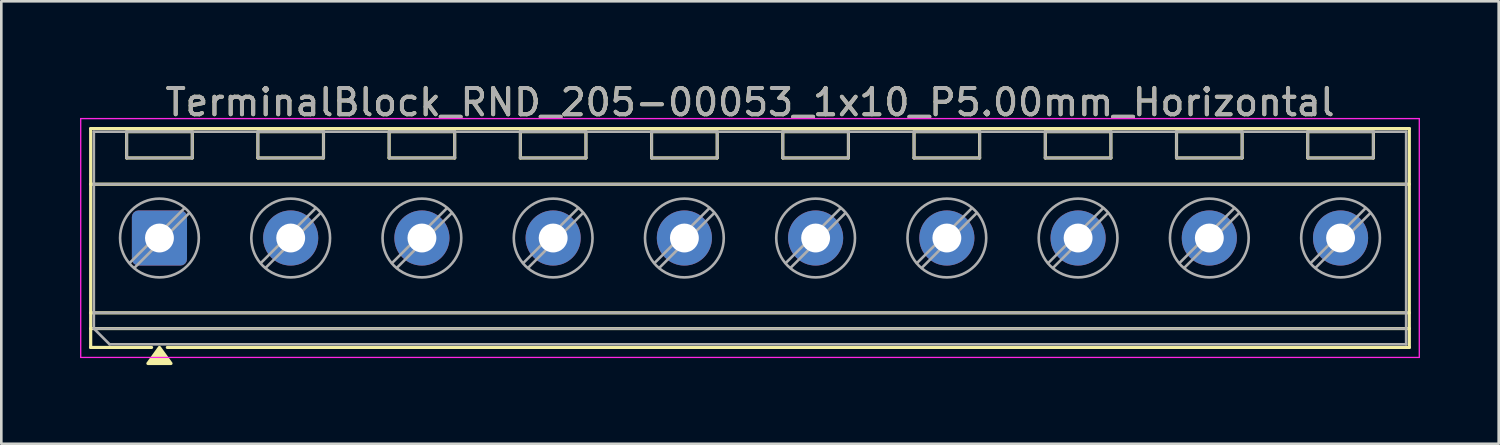
<source format=kicad_pcb>
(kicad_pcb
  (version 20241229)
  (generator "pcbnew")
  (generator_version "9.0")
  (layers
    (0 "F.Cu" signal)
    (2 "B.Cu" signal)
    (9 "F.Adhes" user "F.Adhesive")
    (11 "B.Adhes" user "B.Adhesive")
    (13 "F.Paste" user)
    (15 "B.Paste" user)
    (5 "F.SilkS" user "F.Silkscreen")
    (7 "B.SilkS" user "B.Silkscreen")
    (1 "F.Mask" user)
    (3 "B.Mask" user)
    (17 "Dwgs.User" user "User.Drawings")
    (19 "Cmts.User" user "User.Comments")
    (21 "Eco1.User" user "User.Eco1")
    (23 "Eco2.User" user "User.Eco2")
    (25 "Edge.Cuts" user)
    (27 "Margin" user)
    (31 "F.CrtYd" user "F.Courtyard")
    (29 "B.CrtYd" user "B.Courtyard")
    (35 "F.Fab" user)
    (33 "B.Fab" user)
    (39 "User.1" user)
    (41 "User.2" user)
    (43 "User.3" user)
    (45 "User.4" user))
  (footprint "TerminalBlock_RND_205-00053_1x10_P5.00mm_Horizontal"
    (layer "F.Cu")
    (at 3.025 6.018)
    (property "Reference" "TerminalBlock_RND_205-00053_1x10_P5.00mm_Horizontal" (at 22.5 -5.17 0) (layer "F.SilkS") (effects (font (size 1 1) (thickness 0.15))))
    (attr through_hole)
    (fp_line (start -2.62 -4.17) (end -2.62 4.17) (stroke (width 0.12) (type solid)) (layer "F.SilkS"))
    (fp_line (start -2.62 -4.17) (end 47.62 -4.17) (stroke (width 0.12) (type solid)) (layer "F.SilkS"))
    (fp_line (start -2.62 -2.05) (end 47.62 -2.05) (stroke (width 0.12) (type solid)) (layer "F.SilkS"))
    (fp_line (start -2.62 2.85) (end 47.62 2.85) (stroke (width 0.12) (type solid)) (layer "F.SilkS"))
    (fp_line (start -2.62 3.45) (end 47.62 3.45) (stroke (width 0.12) (type solid)) (layer "F.SilkS"))
    (fp_line (start -2.62 4.17) (end -0.3 4.17) (stroke (width 0.12) (type solid)) (layer "F.SilkS"))
    (fp_line (start -1.25 -4.05) (end -1.25 -3.05) (stroke (width 0.12) (type solid)) (layer "F.SilkS"))
    (fp_line (start -1.25 -4.05) (end 1.25 -4.05) (stroke (width 0.12) (type solid)) (layer "F.SilkS"))
    (fp_line (start -1.25 -3.05) (end 1.25 -3.05) (stroke (width 0.12) (type solid)) (layer "F.SilkS"))
    (fp_line (start 0.3 4.17) (end 47.62 4.17) (stroke (width 0.12) (type solid)) (layer "F.SilkS"))
    (fp_line (start 1.25 -4.05) (end 1.25 -3.05) (stroke (width 0.12) (type solid)) (layer "F.SilkS"))
    (fp_line (start 3.75 -4.05) (end 3.75 -3.05) (stroke (width 0.12) (type solid)) (layer "F.SilkS"))
    (fp_line (start 3.75 -4.05) (end 6.25 -4.05) (stroke (width 0.12) (type solid)) (layer "F.SilkS"))
    (fp_line (start 3.75 -3.05) (end 6.25 -3.05) (stroke (width 0.12) (type solid)) (layer "F.SilkS"))
    (fp_line (start 6.25 -4.05) (end 6.25 -3.05) (stroke (width 0.12) (type solid)) (layer "F.SilkS"))
    (fp_line (start 8.75 -4.05) (end 8.75 -3.05) (stroke (width 0.12) (type solid)) (layer "F.SilkS"))
    (fp_line (start 8.75 -4.05) (end 11.25 -4.05) (stroke (width 0.12) (type solid)) (layer "F.SilkS"))
    (fp_line (start 8.75 -3.05) (end 11.25 -3.05) (stroke (width 0.12) (type solid)) (layer "F.SilkS"))
    (fp_line (start 11.25 -4.05) (end 11.25 -3.05) (stroke (width 0.12) (type solid)) (layer "F.SilkS"))
    (fp_line (start 13.75 -4.05) (end 13.75 -3.05) (stroke (width 0.12) (type solid)) (layer "F.SilkS"))
    (fp_line (start 13.75 -4.05) (end 16.25 -4.05) (stroke (width 0.12) (type solid)) (layer "F.SilkS"))
    (fp_line (start 13.75 -3.05) (end 16.25 -3.05) (stroke (width 0.12) (type solid)) (layer "F.SilkS"))
    (fp_line (start 16.25 -4.05) (end 16.25 -3.05) (stroke (width 0.12) (type solid)) (layer "F.SilkS"))
    (fp_line (start 18.75 -4.05) (end 18.75 -3.05) (stroke (width 0.12) (type solid)) (layer "F.SilkS"))
    (fp_line (start 18.75 -4.05) (end 21.25 -4.05) (stroke (width 0.12) (type solid)) (layer "F.SilkS"))
    (fp_line (start 18.75 -3.05) (end 21.25 -3.05) (stroke (width 0.12) (type solid)) (layer "F.SilkS"))
    (fp_line (start 21.25 -4.05) (end 21.25 -3.05) (stroke (width 0.12) (type solid)) (layer "F.SilkS"))
    (fp_line (start 23.75 -4.05) (end 23.75 -3.05) (stroke (width 0.12) (type solid)) (layer "F.SilkS"))
    (fp_line (start 23.75 -4.05) (end 26.25 -4.05) (stroke (width 0.12) (type solid)) (layer "F.SilkS"))
    (fp_line (start 23.75 -3.05) (end 26.25 -3.05) (stroke (width 0.12) (type solid)) (layer "F.SilkS"))
    (fp_line (start 26.25 -4.05) (end 26.25 -3.05) (stroke (width 0.12) (type solid)) (layer "F.SilkS"))
    (fp_line (start 28.75 -4.05) (end 28.75 -3.05) (stroke (width 0.12) (type solid)) (layer "F.SilkS"))
    (fp_line (start 28.75 -4.05) (end 31.25 -4.05) (stroke (width 0.12) (type solid)) (layer "F.SilkS"))
    (fp_line (start 28.75 -3.05) (end 31.25 -3.05) (stroke (width 0.12) (type solid)) (layer "F.SilkS"))
    (fp_line (start 31.25 -4.05) (end 31.25 -3.05) (stroke (width 0.12) (type solid)) (layer "F.SilkS"))
    (fp_line (start 33.75 -4.05) (end 33.75 -3.05) (stroke (width 0.12) (type solid)) (layer "F.SilkS"))
    (fp_line (start 33.75 -4.05) (end 36.25 -4.05) (stroke (width 0.12) (type solid)) (layer "F.SilkS"))
    (fp_line (start 33.75 -3.05) (end 36.25 -3.05) (stroke (width 0.12) (type solid)) (layer "F.SilkS"))
    (fp_line (start 36.25 -4.05) (end 36.25 -3.05) (stroke (width 0.12) (type solid)) (layer "F.SilkS"))
    (fp_line (start 38.75 -4.05) (end 38.75 -3.05) (stroke (width 0.12) (type solid)) (layer "F.SilkS"))
    (fp_line (start 38.75 -4.05) (end 41.25 -4.05) (stroke (width 0.12) (type solid)) (layer "F.SilkS"))
    (fp_line (start 38.75 -3.05) (end 41.25 -3.05) (stroke (width 0.12) (type solid)) (layer "F.SilkS"))
    (fp_line (start 41.25 -4.05) (end 41.25 -3.05) (stroke (width 0.12) (type solid)) (layer "F.SilkS"))
    (fp_line (start 43.75 -4.05) (end 43.75 -3.05) (stroke (width 0.12) (type solid)) (layer "F.SilkS"))
    (fp_line (start 43.75 -4.05) (end 46.25 -4.05) (stroke (width 0.12) (type solid)) (layer "F.SilkS"))
    (fp_line (start 43.75 -3.05) (end 46.25 -3.05) (stroke (width 0.12) (type solid)) (layer "F.SilkS"))
    (fp_line (start 46.25 -4.05) (end 46.25 -3.05) (stroke (width 0.12) (type solid)) (layer "F.SilkS"))
    (fp_line (start 47.62 -4.17) (end 47.62 4.17) (stroke (width 0.12) (type solid)) (layer "F.SilkS"))
    (fp_poly (pts (xy 0 4.17) (xy 0.44 4.78) (xy -0.44 4.78)) (stroke (width 0.12) (type solid)) (fill yes) (layer "F.SilkS"))
    (fp_line (start -3 -4.55) (end -3 4.55) (stroke (width 0.05) (type solid)) (layer "F.CrtYd"))
    (fp_line (start -3 4.55) (end 48 4.55) (stroke (width 0.05) (type solid)) (layer "F.CrtYd"))
    (fp_line (start 48 -4.55) (end -3 -4.55) (stroke (width 0.05) (type solid)) (layer "F.CrtYd"))
    (fp_line (start 48 4.55) (end 48 -4.55) (stroke (width 0.05) (type solid)) (layer "F.CrtYd"))
    (fp_line (start -2.5 -4.05) (end 47.5 -4.05) (stroke (width 0.1) (type solid)) (layer "F.Fab"))
    (fp_line (start -2.5 -2.05) (end 47.5 -2.05) (stroke (width 0.1) (type solid)) (layer "F.Fab"))
    (fp_line (start -2.5 2.85) (end 47.5 2.85) (stroke (width 0.1) (type solid)) (layer "F.Fab"))
    (fp_line (start -2.5 3.45) (end -2.5 -4.05) (stroke (width 0.1) (type solid)) (layer "F.Fab"))
    (fp_line (start -2.5 3.45) (end 47.5 3.45) (stroke (width 0.1) (type solid)) (layer "F.Fab"))
    (fp_line (start -1.9 4.05) (end -2.5 3.45) (stroke (width 0.1) (type solid)) (layer "F.Fab"))
    (fp_line (start -1.25 -4.05) (end -1.25 -3.05) (stroke (width 0.1) (type solid)) (layer "F.Fab"))
    (fp_line (start -1.25 -3.05) (end 1.25 -3.05) (stroke (width 0.1) (type solid)) (layer "F.Fab"))
    (fp_line (start 0.955 -1.138) (end -1.138 0.954) (stroke (width 0.1) (type solid)) (layer "F.Fab"))
    (fp_line (start 1.138 -0.954) (end -0.955 1.137) (stroke (width 0.1) (type solid)) (layer "F.Fab"))
    (fp_line (start 1.25 -4.05) (end -1.25 -4.05) (stroke (width 0.1) (type solid)) (layer "F.Fab"))
    (fp_line (start 1.25 -3.05) (end 1.25 -4.05) (stroke (width 0.1) (type solid)) (layer "F.Fab"))
    (fp_line (start 3.75 -4.05) (end 3.75 -3.05) (stroke (width 0.1) (type solid)) (layer "F.Fab"))
    (fp_line (start 3.75 -3.05) (end 6.25 -3.05) (stroke (width 0.1) (type solid)) (layer "F.Fab"))
    (fp_line (start 5.955 -1.138) (end 3.862 0.954) (stroke (width 0.1) (type solid)) (layer "F.Fab"))
    (fp_line (start 6.138 -0.954) (end 4.045 1.137) (stroke (width 0.1) (type solid)) (layer "F.Fab"))
    (fp_line (start 6.25 -4.05) (end 3.75 -4.05) (stroke (width 0.1) (type solid)) (layer "F.Fab"))
    (fp_line (start 6.25 -3.05) (end 6.25 -4.05) (stroke (width 0.1) (type solid)) (layer "F.Fab"))
    (fp_line (start 8.75 -4.05) (end 8.75 -3.05) (stroke (width 0.1) (type solid)) (layer "F.Fab"))
    (fp_line (start 8.75 -3.05) (end 11.25 -3.05) (stroke (width 0.1) (type solid)) (layer "F.Fab"))
    (fp_line (start 10.955 -1.138) (end 8.862 0.954) (stroke (width 0.1) (type solid)) (layer "F.Fab"))
    (fp_line (start 11.138 -0.954) (end 9.045 1.137) (stroke (width 0.1) (type solid)) (layer "F.Fab"))
    (fp_line (start 11.25 -4.05) (end 8.75 -4.05) (stroke (width 0.1) (type solid)) (layer "F.Fab"))
    (fp_line (start 11.25 -3.05) (end 11.25 -4.05) (stroke (width 0.1) (type solid)) (layer "F.Fab"))
    (fp_line (start 13.75 -4.05) (end 13.75 -3.05) (stroke (width 0.1) (type solid)) (layer "F.Fab"))
    (fp_line (start 13.75 -3.05) (end 16.25 -3.05) (stroke (width 0.1) (type solid)) (layer "F.Fab"))
    (fp_line (start 15.955 -1.138) (end 13.862 0.954) (stroke (width 0.1) (type solid)) (layer "F.Fab"))
    (fp_line (start 16.138 -0.954) (end 14.045 1.137) (stroke (width 0.1) (type solid)) (layer "F.Fab"))
    (fp_line (start 16.25 -4.05) (end 13.75 -4.05) (stroke (width 0.1) (type solid)) (layer "F.Fab"))
    (fp_line (start 16.25 -3.05) (end 16.25 -4.05) (stroke (width 0.1) (type solid)) (layer "F.Fab"))
    (fp_line (start 18.75 -4.05) (end 18.75 -3.05) (stroke (width 0.1) (type solid)) (layer "F.Fab"))
    (fp_line (start 18.75 -3.05) (end 21.25 -3.05) (stroke (width 0.1) (type solid)) (layer "F.Fab"))
    (fp_line (start 20.955 -1.138) (end 18.862 0.954) (stroke (width 0.1) (type solid)) (layer "F.Fab"))
    (fp_line (start 21.138 -0.954) (end 19.045 1.137) (stroke (width 0.1) (type solid)) (layer "F.Fab"))
    (fp_line (start 21.25 -4.05) (end 18.75 -4.05) (stroke (width 0.1) (type solid)) (layer "F.Fab"))
    (fp_line (start 21.25 -3.05) (end 21.25 -4.05) (stroke (width 0.1) (type solid)) (layer "F.Fab"))
    (fp_line (start 23.75 -4.05) (end 23.75 -3.05) (stroke (width 0.1) (type solid)) (layer "F.Fab"))
    (fp_line (start 23.75 -3.05) (end 26.25 -3.05) (stroke (width 0.1) (type solid)) (layer "F.Fab"))
    (fp_line (start 25.955 -1.138) (end 23.862 0.954) (stroke (width 0.1) (type solid)) (layer "F.Fab"))
    (fp_line (start 26.138 -0.954) (end 24.045 1.137) (stroke (width 0.1) (type solid)) (layer "F.Fab"))
    (fp_line (start 26.25 -4.05) (end 23.75 -4.05) (stroke (width 0.1) (type solid)) (layer "F.Fab"))
    (fp_line (start 26.25 -3.05) (end 26.25 -4.05) (stroke (width 0.1) (type solid)) (layer "F.Fab"))
    (fp_line (start 28.75 -4.05) (end 28.75 -3.05) (stroke (width 0.1) (type solid)) (layer "F.Fab"))
    (fp_line (start 28.75 -3.05) (end 31.25 -3.05) (stroke (width 0.1) (type solid)) (layer "F.Fab"))
    (fp_line (start 30.955 -1.138) (end 28.862 0.954) (stroke (width 0.1) (type solid)) (layer "F.Fab"))
    (fp_line (start 31.138 -0.954) (end 29.045 1.137) (stroke (width 0.1) (type solid)) (layer "F.Fab"))
    (fp_line (start 31.25 -4.05) (end 28.75 -4.05) (stroke (width 0.1) (type solid)) (layer "F.Fab"))
    (fp_line (start 31.25 -3.05) (end 31.25 -4.05) (stroke (width 0.1) (type solid)) (layer "F.Fab"))
    (fp_line (start 33.75 -4.05) (end 33.75 -3.05) (stroke (width 0.1) (type solid)) (layer "F.Fab"))
    (fp_line (start 33.75 -3.05) (end 36.25 -3.05) (stroke (width 0.1) (type solid)) (layer "F.Fab"))
    (fp_line (start 35.955 -1.138) (end 33.862 0.954) (stroke (width 0.1) (type solid)) (layer "F.Fab"))
    (fp_line (start 36.138 -0.954) (end 34.045 1.137) (stroke (width 0.1) (type solid)) (layer "F.Fab"))
    (fp_line (start 36.25 -4.05) (end 33.75 -4.05) (stroke (width 0.1) (type solid)) (layer "F.Fab"))
    (fp_line (start 36.25 -3.05) (end 36.25 -4.05) (stroke (width 0.1) (type solid)) (layer "F.Fab"))
    (fp_line (start 38.75 -4.05) (end 38.75 -3.05) (stroke (width 0.1) (type solid)) (layer "F.Fab"))
    (fp_line (start 38.75 -3.05) (end 41.25 -3.05) (stroke (width 0.1) (type solid)) (layer "F.Fab"))
    (fp_line (start 40.955 -1.138) (end 38.862 0.954) (stroke (width 0.1) (type solid)) (layer "F.Fab"))
    (fp_line (start 41.138 -0.954) (end 39.045 1.137) (stroke (width 0.1) (type solid)) (layer "F.Fab"))
    (fp_line (start 41.25 -4.05) (end 38.75 -4.05) (stroke (width 0.1) (type solid)) (layer "F.Fab"))
    (fp_line (start 41.25 -3.05) (end 41.25 -4.05) (stroke (width 0.1) (type solid)) (layer "F.Fab"))
    (fp_line (start 43.75 -4.05) (end 43.75 -3.05) (stroke (width 0.1) (type solid)) (layer "F.Fab"))
    (fp_line (start 43.75 -3.05) (end 46.25 -3.05) (stroke (width 0.1) (type solid)) (layer "F.Fab"))
    (fp_line (start 45.955 -1.138) (end 43.862 0.954) (stroke (width 0.1) (type solid)) (layer "F.Fab"))
    (fp_line (start 46.138 -0.954) (end 44.045 1.137) (stroke (width 0.1) (type solid)) (layer "F.Fab"))
    (fp_line (start 46.25 -4.05) (end 43.75 -4.05) (stroke (width 0.1) (type solid)) (layer "F.Fab"))
    (fp_line (start 46.25 -3.05) (end 46.25 -4.05) (stroke (width 0.1) (type solid)) (layer "F.Fab"))
    (fp_line (start 47.5 -4.05) (end 47.5 4.05) (stroke (width 0.1) (type solid)) (layer "F.Fab"))
    (fp_line (start 47.5 4.05) (end -1.9 4.05) (stroke (width 0.1) (type solid)) (layer "F.Fab"))
    (fp_circle (center 0 0) (end 1.5 0) (stroke (width 0.1) (type solid)) (fill no) (layer "F.Fab"))
    (fp_circle (center 5 0) (end 6.5 0) (stroke (width 0.1) (type solid)) (fill no) (layer "F.Fab"))
    (fp_circle (center 10 0) (end 11.5 0) (stroke (width 0.1) (type solid)) (fill no) (layer "F.Fab"))
    (fp_circle (center 15 0) (end 16.5 0) (stroke (width 0.1) (type solid)) (fill no) (layer "F.Fab"))
    (fp_circle (center 20 0) (end 21.5 0) (stroke (width 0.1) (type solid)) (fill no) (layer "F.Fab"))
    (fp_circle (center 25 0) (end 26.5 0) (stroke (width 0.1) (type solid)) (fill no) (layer "F.Fab"))
    (fp_circle (center 30 0) (end 31.5 0) (stroke (width 0.1) (type solid)) (fill no) (layer "F.Fab"))
    (fp_circle (center 35 0) (end 36.5 0) (stroke (width 0.1) (type solid)) (fill no) (layer "F.Fab"))
    (fp_circle (center 40 0) (end 41.5 0) (stroke (width 0.1) (type solid)) (fill no) (layer "F.Fab"))
    (fp_circle (center 45 0) (end 46.5 0) (stroke (width 0.1) (type solid)) (fill no) (layer "F.Fab"))
    (fp_text user "${REFERENCE}" (at 22.5 -5.17 0) (layer "F.Fab") (effects (font (size 1 1) (thickness 0.15))))
    (pad "1" thru_hole roundrect (at 0 0) (size 2.1 2.1) (drill 1.1) (layers "*.Cu" "*.Mask") (roundrect_rratio 0.119))
    (pad "2" thru_hole circle (at 5 0) (size 2.1 2.1) (drill 1.1) (layers "*.Cu" "*.Mask"))
    (pad "3" thru_hole circle (at 10 0) (size 2.1 2.1) (drill 1.1) (layers "*.Cu" "*.Mask"))
    (pad "4" thru_hole circle (at 15 0) (size 2.1 2.1) (drill 1.1) (layers "*.Cu" "*.Mask"))
    (pad "5" thru_hole circle (at 20 0) (size 2.1 2.1) (drill 1.1) (layers "*.Cu" "*.Mask"))
    (pad "6" thru_hole circle (at 25 0) (size 2.1 2.1) (drill 1.1) (layers "*.Cu" "*.Mask"))
    (pad "7" thru_hole circle (at 30 0) (size 2.1 2.1) (drill 1.1) (layers "*.Cu" "*.Mask"))
    (pad "8" thru_hole circle (at 35 0) (size 2.1 2.1) (drill 1.1) (layers "*.Cu" "*.Mask"))
    (pad "9" thru_hole circle (at 40 0) (size 2.1 2.1) (drill 1.1) (layers "*.Cu" "*.Mask"))
    (pad "10" thru_hole circle (at 45 0) (size 2.1 2.1) (drill 1.1) (layers "*.Cu" "*.Mask")))
  (gr_rect
    (start -3 -3)
    (end 54.05 13.858)
    (stroke (width 0.1) (type default))
    (fill no)
    (layer "Edge.Cuts")))
</source>
